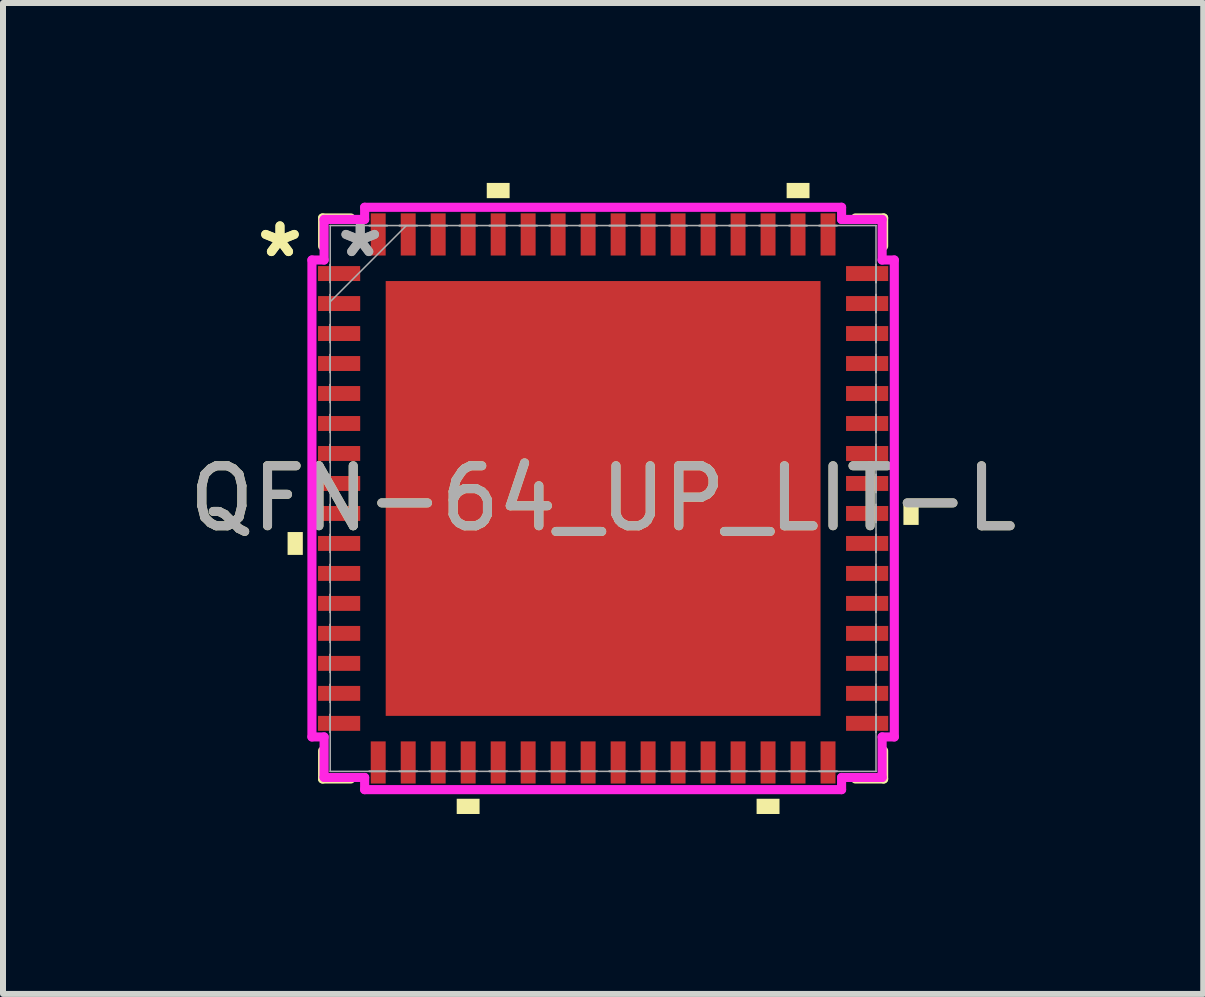
<source format=kicad_pcb>
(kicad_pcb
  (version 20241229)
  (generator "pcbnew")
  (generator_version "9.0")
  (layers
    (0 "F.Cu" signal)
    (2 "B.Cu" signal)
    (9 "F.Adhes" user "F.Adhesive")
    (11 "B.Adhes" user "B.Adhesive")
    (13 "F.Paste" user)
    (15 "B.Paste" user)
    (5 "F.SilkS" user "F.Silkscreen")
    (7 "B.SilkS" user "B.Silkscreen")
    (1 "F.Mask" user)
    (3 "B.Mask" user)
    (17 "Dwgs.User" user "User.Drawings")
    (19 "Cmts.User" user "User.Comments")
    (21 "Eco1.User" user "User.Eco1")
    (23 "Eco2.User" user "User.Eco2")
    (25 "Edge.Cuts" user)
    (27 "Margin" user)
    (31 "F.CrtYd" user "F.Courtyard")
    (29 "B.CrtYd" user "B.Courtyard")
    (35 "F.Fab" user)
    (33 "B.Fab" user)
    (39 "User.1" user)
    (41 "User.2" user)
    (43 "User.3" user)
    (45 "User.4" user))
  (footprint "QFN-64_UP_LIT-L"
    (layer "F.Cu")
    (at 7.006 5.261)
    (property "Reference" "QFN-64_UP_LIT-L" (at 0 0 0) (unlocked yes) (layer "F.SilkS") (effects (font (size 1 1) (thickness 0.15))))
    (attr smd)
    (fp_line (start -4.677 -4.677) (end -4.677 -4.207) (stroke (width 0.152) (type solid)) (layer "F.SilkS"))
    (fp_line (start -4.677 4.207) (end -4.677 4.677) (stroke (width 0.152) (type solid)) (layer "F.SilkS"))
    (fp_line (start -4.677 4.677) (end -4.207 4.677) (stroke (width 0.152) (type solid)) (layer "F.SilkS"))
    (fp_line (start -4.207 -4.677) (end -4.677 -4.677) (stroke (width 0.152) (type solid)) (layer "F.SilkS"))
    (fp_line (start 4.207 4.677) (end 4.677 4.677) (stroke (width 0.152) (type solid)) (layer "F.SilkS"))
    (fp_line (start 4.677 -4.677) (end 4.207 -4.677) (stroke (width 0.152) (type solid)) (layer "F.SilkS"))
    (fp_line (start 4.677 -4.207) (end 4.677 -4.677) (stroke (width 0.152) (type solid)) (layer "F.SilkS"))
    (fp_line (start 4.677 4.677) (end 4.677 4.207) (stroke (width 0.152) (type solid)) (layer "F.SilkS"))
    (fp_poly (pts (xy -5.261 0.56) (xy -5.261 0.941) (xy -5.007 0.941) (xy -5.007 0.56)) (stroke (width 0) (type solid)) (fill yes) (layer "F.SilkS"))
    (fp_poly (pts (xy -2.441 5.007) (xy -2.441 5.261) (xy -2.06 5.261) (xy -2.06 5.007)) (stroke (width 0) (type solid)) (fill yes) (layer "F.SilkS"))
    (fp_poly (pts (xy -1.94 -5.007) (xy -1.94 -5.261) (xy -1.559 -5.261) (xy -1.559 -5.007)) (stroke (width 0) (type solid)) (fill yes) (layer "F.SilkS"))
    (fp_poly (pts (xy 2.559 5.007) (xy 2.559 5.261) (xy 2.941 5.261) (xy 2.941 5.007)) (stroke (width 0) (type solid)) (fill yes) (layer "F.SilkS"))
    (fp_poly (pts (xy 3.06 -5.007) (xy 3.06 -5.261) (xy 3.441 -5.261) (xy 3.441 -5.007)) (stroke (width 0) (type solid)) (fill yes) (layer "F.SilkS"))
    (fp_poly (pts (xy 5.261 0.059) (xy 5.261 0.441) (xy 5.007 0.441) (xy 5.007 0.059)) (stroke (width 0) (type solid)) (fill yes) (layer "F.SilkS"))
    (fp_poly (pts (xy -3.525 -3.525) (xy -3.525 -2.275) (xy -2.275 -2.275) (xy -2.275 -3.525)) (stroke (width 0) (type solid)) (fill yes) (layer "F.Paste"))
    (fp_poly (pts (xy -3.525 -2.075) (xy -3.525 -0.825) (xy -2.275 -0.825) (xy -2.275 -2.075)) (stroke (width 0) (type solid)) (fill yes) (layer "F.Paste"))
    (fp_poly (pts (xy -3.525 -0.625) (xy -3.525 0.625) (xy -2.275 0.625) (xy -2.275 -0.625)) (stroke (width 0) (type solid)) (fill yes) (layer "F.Paste"))
    (fp_poly (pts (xy -3.525 0.825) (xy -3.525 2.075) (xy -2.275 2.075) (xy -2.275 0.825)) (stroke (width 0) (type solid)) (fill yes) (layer "F.Paste"))
    (fp_poly (pts (xy -3.525 2.275) (xy -3.525 3.525) (xy -2.275 3.525) (xy -2.275 2.275)) (stroke (width 0) (type solid)) (fill yes) (layer "F.Paste"))
    (fp_poly (pts (xy -2.075 -3.525) (xy -2.075 -2.275) (xy -0.825 -2.275) (xy -0.825 -3.525)) (stroke (width 0) (type solid)) (fill yes) (layer "F.Paste"))
    (fp_poly (pts (xy -2.075 -2.075) (xy -2.075 -0.825) (xy -0.825 -0.825) (xy -0.825 -2.075)) (stroke (width 0) (type solid)) (fill yes) (layer "F.Paste"))
    (fp_poly (pts (xy -2.075 -0.625) (xy -2.075 0.625) (xy -0.825 0.625) (xy -0.825 -0.625)) (stroke (width 0) (type solid)) (fill yes) (layer "F.Paste"))
    (fp_poly (pts (xy -2.075 0.825) (xy -2.075 2.075) (xy -0.825 2.075) (xy -0.825 0.825)) (stroke (width 0) (type solid)) (fill yes) (layer "F.Paste"))
    (fp_poly (pts (xy -2.075 2.275) (xy -2.075 3.525) (xy -0.825 3.525) (xy -0.825 2.275)) (stroke (width 0) (type solid)) (fill yes) (layer "F.Paste"))
    (fp_poly (pts (xy -0.625 -3.525) (xy -0.625 -2.275) (xy 0.625 -2.275) (xy 0.625 -3.525)) (stroke (width 0) (type solid)) (fill yes) (layer "F.Paste"))
    (fp_poly (pts (xy -0.625 -2.075) (xy -0.625 -0.825) (xy 0.625 -0.825) (xy 0.625 -2.075)) (stroke (width 0) (type solid)) (fill yes) (layer "F.Paste"))
    (fp_poly (pts (xy -0.625 -0.625) (xy -0.625 0.625) (xy 0.625 0.625) (xy 0.625 -0.625)) (stroke (width 0) (type solid)) (fill yes) (layer "F.Paste"))
    (fp_poly (pts (xy -0.625 0.825) (xy -0.625 2.075) (xy 0.625 2.075) (xy 0.625 0.825)) (stroke (width 0) (type solid)) (fill yes) (layer "F.Paste"))
    (fp_poly (pts (xy -0.625 2.275) (xy -0.625 3.525) (xy 0.625 3.525) (xy 0.625 2.275)) (stroke (width 0) (type solid)) (fill yes) (layer "F.Paste"))
    (fp_poly (pts (xy 0.825 -3.525) (xy 0.825 -2.275) (xy 2.075 -2.275) (xy 2.075 -3.525)) (stroke (width 0) (type solid)) (fill yes) (layer "F.Paste"))
    (fp_poly (pts (xy 0.825 -2.075) (xy 0.825 -0.825) (xy 2.075 -0.825) (xy 2.075 -2.075)) (stroke (width 0) (type solid)) (fill yes) (layer "F.Paste"))
    (fp_poly (pts (xy 0.825 -0.625) (xy 0.825 0.625) (xy 2.075 0.625) (xy 2.075 -0.625)) (stroke (width 0) (type solid)) (fill yes) (layer "F.Paste"))
    (fp_poly (pts (xy 0.825 0.825) (xy 0.825 2.075) (xy 2.075 2.075) (xy 2.075 0.825)) (stroke (width 0) (type solid)) (fill yes) (layer "F.Paste"))
    (fp_poly (pts (xy 0.825 2.275) (xy 0.825 3.525) (xy 2.075 3.525) (xy 2.075 2.275)) (stroke (width 0) (type solid)) (fill yes) (layer "F.Paste"))
    (fp_poly (pts (xy 2.275 -3.525) (xy 2.275 -2.275) (xy 3.525 -2.275) (xy 3.525 -3.525)) (stroke (width 0) (type solid)) (fill yes) (layer "F.Paste"))
    (fp_poly (pts (xy 2.275 -2.075) (xy 2.275 -0.825) (xy 3.525 -0.825) (xy 3.525 -2.075)) (stroke (width 0) (type solid)) (fill yes) (layer "F.Paste"))
    (fp_poly (pts (xy 2.275 -0.625) (xy 2.275 0.625) (xy 3.525 0.625) (xy 3.525 -0.625)) (stroke (width 0) (type solid)) (fill yes) (layer "F.Paste"))
    (fp_poly (pts (xy 2.275 0.825) (xy 2.275 2.075) (xy 3.525 2.075) (xy 3.525 0.825)) (stroke (width 0) (type solid)) (fill yes) (layer "F.Paste"))
    (fp_poly (pts (xy 2.275 2.275) (xy 2.275 3.525) (xy 3.525 3.525) (xy 3.525 2.275)) (stroke (width 0) (type solid)) (fill yes) (layer "F.Paste"))
    (fp_line (start -4.855 -3.976) (end -4.652 -3.976) (stroke (width 0.152) (type solid)) (layer "F.CrtYd"))
    (fp_line (start -4.855 3.976) (end -4.855 -3.976) (stroke (width 0.152) (type solid)) (layer "F.CrtYd"))
    (fp_line (start -4.652 -4.652) (end -3.976 -4.652) (stroke (width 0.152) (type solid)) (layer "F.CrtYd"))
    (fp_line (start -4.652 -3.976) (end -4.652 -4.652) (stroke (width 0.152) (type solid)) (layer "F.CrtYd"))
    (fp_line (start -4.652 3.976) (end -4.855 3.976) (stroke (width 0.152) (type solid)) (layer "F.CrtYd"))
    (fp_line (start -4.652 4.652) (end -4.652 3.976) (stroke (width 0.152) (type solid)) (layer "F.CrtYd"))
    (fp_line (start -3.976 -4.855) (end 3.976 -4.855) (stroke (width 0.152) (type solid)) (layer "F.CrtYd"))
    (fp_line (start -3.976 -4.652) (end -3.976 -4.855) (stroke (width 0.152) (type solid)) (layer "F.CrtYd"))
    (fp_line (start -3.976 4.652) (end -4.652 4.652) (stroke (width 0.152) (type solid)) (layer "F.CrtYd"))
    (fp_line (start -3.976 4.855) (end -3.976 4.652) (stroke (width 0.152) (type solid)) (layer "F.CrtYd"))
    (fp_line (start 3.976 -4.855) (end 3.976 -4.652) (stroke (width 0.152) (type solid)) (layer "F.CrtYd"))
    (fp_line (start 3.976 -4.652) (end 4.652 -4.652) (stroke (width 0.152) (type solid)) (layer "F.CrtYd"))
    (fp_line (start 3.976 4.652) (end 3.976 4.855) (stroke (width 0.152) (type solid)) (layer "F.CrtYd"))
    (fp_line (start 3.976 4.855) (end -3.976 4.855) (stroke (width 0.152) (type solid)) (layer "F.CrtYd"))
    (fp_line (start 4.652 -4.652) (end 4.652 -3.976) (stroke (width 0.152) (type solid)) (layer "F.CrtYd"))
    (fp_line (start 4.652 -3.976) (end 4.855 -3.976) (stroke (width 0.152) (type solid)) (layer "F.CrtYd"))
    (fp_line (start 4.652 3.976) (end 4.652 4.652) (stroke (width 0.152) (type solid)) (layer "F.CrtYd"))
    (fp_line (start 4.652 4.652) (end 3.976 4.652) (stroke (width 0.152) (type solid)) (layer "F.CrtYd"))
    (fp_line (start 4.855 -3.976) (end 4.855 3.976) (stroke (width 0.152) (type solid)) (layer "F.CrtYd"))
    (fp_line (start 4.855 3.976) (end 4.652 3.976) (stroke (width 0.152) (type solid)) (layer "F.CrtYd"))
    (fp_line (start -4.55 -4.55) (end -4.55 -4.55) (stroke (width 0.025) (type solid)) (layer "F.Fab"))
    (fp_line (start -4.55 -4.55) (end -4.55 4.55) (stroke (width 0.025) (type solid)) (layer "F.Fab"))
    (fp_line (start -4.55 -3.9) (end -4.55 -3.9) (stroke (width 0.025) (type solid)) (layer "F.Fab"))
    (fp_line (start -4.55 -3.9) (end -4.55 -3.6) (stroke (width 0.025) (type solid)) (layer "F.Fab"))
    (fp_line (start -4.55 -3.6) (end -4.55 -3.9) (stroke (width 0.025) (type solid)) (layer "F.Fab"))
    (fp_line (start -4.55 -3.6) (end -4.55 -3.6) (stroke (width 0.025) (type solid)) (layer "F.Fab"))
    (fp_line (start -4.55 -3.4) (end -4.55 -3.4) (stroke (width 0.025) (type solid)) (layer "F.Fab"))
    (fp_line (start -4.55 -3.4) (end -4.55 -3.1) (stroke (width 0.025) (type solid)) (layer "F.Fab"))
    (fp_line (start -4.55 -3.28) (end -3.28 -4.55) (stroke (width 0.025) (type solid)) (layer "F.Fab"))
    (fp_line (start -4.55 -3.1) (end -4.55 -3.4) (stroke (width 0.025) (type solid)) (layer "F.Fab"))
    (fp_line (start -4.55 -3.1) (end -4.55 -3.1) (stroke (width 0.025) (type solid)) (layer "F.Fab"))
    (fp_line (start -4.55 -2.9) (end -4.55 -2.9) (stroke (width 0.025) (type solid)) (layer "F.Fab"))
    (fp_line (start -4.55 -2.9) (end -4.55 -2.6) (stroke (width 0.025) (type solid)) (layer "F.Fab"))
    (fp_line (start -4.55 -2.6) (end -4.55 -2.9) (stroke (width 0.025) (type solid)) (layer "F.Fab"))
    (fp_line (start -4.55 -2.6) (end -4.55 -2.6) (stroke (width 0.025) (type solid)) (layer "F.Fab"))
    (fp_line (start -4.55 -2.4) (end -4.55 -2.4) (stroke (width 0.025) (type solid)) (layer "F.Fab"))
    (fp_line (start -4.55 -2.4) (end -4.55 -2.1) (stroke (width 0.025) (type solid)) (layer "F.Fab"))
    (fp_line (start -4.55 -2.1) (end -4.55 -2.4) (stroke (width 0.025) (type solid)) (layer "F.Fab"))
    (fp_line (start -4.55 -2.1) (end -4.55 -2.1) (stroke (width 0.025) (type solid)) (layer "F.Fab"))
    (fp_line (start -4.55 -1.9) (end -4.55 -1.9) (stroke (width 0.025) (type solid)) (layer "F.Fab"))
    (fp_line (start -4.55 -1.9) (end -4.55 -1.6) (stroke (width 0.025) (type solid)) (layer "F.Fab"))
    (fp_line (start -4.55 -1.6) (end -4.55 -1.9) (stroke (width 0.025) (type solid)) (layer "F.Fab"))
    (fp_line (start -4.55 -1.6) (end -4.55 -1.6) (stroke (width 0.025) (type solid)) (layer "F.Fab"))
    (fp_line (start -4.55 -1.4) (end -4.55 -1.4) (stroke (width 0.025) (type solid)) (layer "F.Fab"))
    (fp_line (start -4.55 -1.4) (end -4.55 -1.1) (stroke (width 0.025) (type solid)) (layer "F.Fab"))
    (fp_line (start -4.55 -1.1) (end -4.55 -1.4) (stroke (width 0.025) (type solid)) (layer "F.Fab"))
    (fp_line (start -4.55 -1.1) (end -4.55 -1.1) (stroke (width 0.025) (type solid)) (layer "F.Fab"))
    (fp_line (start -4.55 -0.9) (end -4.55 -0.9) (stroke (width 0.025) (type solid)) (layer "F.Fab"))
    (fp_line (start -4.55 -0.9) (end -4.55 -0.6) (stroke (width 0.025) (type solid)) (layer "F.Fab"))
    (fp_line (start -4.55 -0.6) (end -4.55 -0.9) (stroke (width 0.025) (type solid)) (layer "F.Fab"))
    (fp_line (start -4.55 -0.6) (end -4.55 -0.6) (stroke (width 0.025) (type solid)) (layer "F.Fab"))
    (fp_line (start -4.55 -0.4) (end -4.55 -0.4) (stroke (width 0.025) (type solid)) (layer "F.Fab"))
    (fp_line (start -4.55 -0.4) (end -4.55 -0.1) (stroke (width 0.025) (type solid)) (layer "F.Fab"))
    (fp_line (start -4.55 -0.1) (end -4.55 -0.4) (stroke (width 0.025) (type solid)) (layer "F.Fab"))
    (fp_line (start -4.55 -0.1) (end -4.55 -0.1) (stroke (width 0.025) (type solid)) (layer "F.Fab"))
    (fp_line (start -4.55 0.1) (end -4.55 0.1) (stroke (width 0.025) (type solid)) (layer "F.Fab"))
    (fp_line (start -4.55 0.1) (end -4.55 0.4) (stroke (width 0.025) (type solid)) (layer "F.Fab"))
    (fp_line (start -4.55 0.4) (end -4.55 0.1) (stroke (width 0.025) (type solid)) (layer "F.Fab"))
    (fp_line (start -4.55 0.4) (end -4.55 0.4) (stroke (width 0.025) (type solid)) (layer "F.Fab"))
    (fp_line (start -4.55 0.6) (end -4.55 0.6) (stroke (width 0.025) (type solid)) (layer "F.Fab"))
    (fp_line (start -4.55 0.6) (end -4.55 0.9) (stroke (width 0.025) (type solid)) (layer "F.Fab"))
    (fp_line (start -4.55 0.9) (end -4.55 0.6) (stroke (width 0.025) (type solid)) (layer "F.Fab"))
    (fp_line (start -4.55 0.9) (end -4.55 0.9) (stroke (width 0.025) (type solid)) (layer "F.Fab"))
    (fp_line (start -4.55 1.1) (end -4.55 1.1) (stroke (width 0.025) (type solid)) (layer "F.Fab"))
    (fp_line (start -4.55 1.1) (end -4.55 1.4) (stroke (width 0.025) (type solid)) (layer "F.Fab"))
    (fp_line (start -4.55 1.4) (end -4.55 1.1) (stroke (width 0.025) (type solid)) (layer "F.Fab"))
    (fp_line (start -4.55 1.4) (end -4.55 1.4) (stroke (width 0.025) (type solid)) (layer "F.Fab"))
    (fp_line (start -4.55 1.6) (end -4.55 1.6) (stroke (width 0.025) (type solid)) (layer "F.Fab"))
    (fp_line (start -4.55 1.6) (end -4.55 1.9) (stroke (width 0.025) (type solid)) (layer "F.Fab"))
    (fp_line (start -4.55 1.9) (end -4.55 1.6) (stroke (width 0.025) (type solid)) (layer "F.Fab"))
    (fp_line (start -4.55 1.9) (end -4.55 1.9) (stroke (width 0.025) (type solid)) (layer "F.Fab"))
    (fp_line (start -4.55 2.1) (end -4.55 2.1) (stroke (width 0.025) (type solid)) (layer "F.Fab"))
    (fp_line (start -4.55 2.1) (end -4.55 2.4) (stroke (width 0.025) (type solid)) (layer "F.Fab"))
    (fp_line (start -4.55 2.4) (end -4.55 2.1) (stroke (width 0.025) (type solid)) (layer "F.Fab"))
    (fp_line (start -4.55 2.4) (end -4.55 2.4) (stroke (width 0.025) (type solid)) (layer "F.Fab"))
    (fp_line (start -4.55 2.6) (end -4.55 2.6) (stroke (width 0.025) (type solid)) (layer "F.Fab"))
    (fp_line (start -4.55 2.6) (end -4.55 2.9) (stroke (width 0.025) (type solid)) (layer "F.Fab"))
    (fp_line (start -4.55 2.9) (end -4.55 2.6) (stroke (width 0.025) (type solid)) (layer "F.Fab"))
    (fp_line (start -4.55 2.9) (end -4.55 2.9) (stroke (width 0.025) (type solid)) (layer "F.Fab"))
    (fp_line (start -4.55 3.1) (end -4.55 3.1) (stroke (width 0.025) (type solid)) (layer "F.Fab"))
    (fp_line (start -4.55 3.1) (end -4.55 3.4) (stroke (width 0.025) (type solid)) (layer "F.Fab"))
    (fp_line (start -4.55 3.4) (end -4.55 3.1) (stroke (width 0.025) (type solid)) (layer "F.Fab"))
    (fp_line (start -4.55 3.4) (end -4.55 3.4) (stroke (width 0.025) (type solid)) (layer "F.Fab"))
    (fp_line (start -4.55 3.6) (end -4.55 3.6) (stroke (width 0.025) (type solid)) (layer "F.Fab"))
    (fp_line (start -4.55 3.6) (end -4.55 3.9) (stroke (width 0.025) (type solid)) (layer "F.Fab"))
    (fp_line (start -4.55 3.9) (end -4.55 3.6) (stroke (width 0.025) (type solid)) (layer "F.Fab"))
    (fp_line (start -4.55 3.9) (end -4.55 3.9) (stroke (width 0.025) (type solid)) (layer "F.Fab"))
    (fp_line (start -4.55 4.55) (end -4.55 4.55) (stroke (width 0.025) (type solid)) (layer "F.Fab"))
    (fp_line (start -4.55 4.55) (end 4.55 4.55) (stroke (width 0.025) (type solid)) (layer "F.Fab"))
    (fp_line (start -3.9 -4.55) (end -3.9 -4.55) (stroke (width 0.025) (type solid)) (layer "F.Fab"))
    (fp_line (start -3.9 -4.55) (end -3.6 -4.55) (stroke (width 0.025) (type solid)) (layer "F.Fab"))
    (fp_line (start -3.9 4.55) (end -3.9 4.55) (stroke (width 0.025) (type solid)) (layer "F.Fab"))
    (fp_line (start -3.9 4.55) (end -3.6 4.55) (stroke (width 0.025) (type solid)) (layer "F.Fab"))
    (fp_line (start -3.6 -4.55) (end -3.9 -4.55) (stroke (width 0.025) (type solid)) (layer "F.Fab"))
    (fp_line (start -3.6 -4.55) (end -3.6 -4.55) (stroke (width 0.025) (type solid)) (layer "F.Fab"))
    (fp_line (start -3.6 4.55) (end -3.9 4.55) (stroke (width 0.025) (type solid)) (layer "F.Fab"))
    (fp_line (start -3.6 4.55) (end -3.6 4.55) (stroke (width 0.025) (type solid)) (layer "F.Fab"))
    (fp_line (start -3.4 -4.55) (end -3.4 -4.55) (stroke (width 0.025) (type solid)) (layer "F.Fab"))
    (fp_line (start -3.4 -4.55) (end -3.1 -4.55) (stroke (width 0.025) (type solid)) (layer "F.Fab"))
    (fp_line (start -3.4 4.55) (end -3.4 4.55) (stroke (width 0.025) (type solid)) (layer "F.Fab"))
    (fp_line (start -3.4 4.55) (end -3.1 4.55) (stroke (width 0.025) (type solid)) (layer "F.Fab"))
    (fp_line (start -3.1 -4.55) (end -3.4 -4.55) (stroke (width 0.025) (type solid)) (layer "F.Fab"))
    (fp_line (start -3.1 -4.55) (end -3.1 -4.55) (stroke (width 0.025) (type solid)) (layer "F.Fab"))
    (fp_line (start -3.1 4.55) (end -3.4 4.55) (stroke (width 0.025) (type solid)) (layer "F.Fab"))
    (fp_line (start -3.1 4.55) (end -3.1 4.55) (stroke (width 0.025) (type solid)) (layer "F.Fab"))
    (fp_line (start -2.9 -4.55) (end -2.9 -4.55) (stroke (width 0.025) (type solid)) (layer "F.Fab"))
    (fp_line (start -2.9 -4.55) (end -2.6 -4.55) (stroke (width 0.025) (type solid)) (layer "F.Fab"))
    (fp_line (start -2.9 4.55) (end -2.9 4.55) (stroke (width 0.025) (type solid)) (layer "F.Fab"))
    (fp_line (start -2.9 4.55) (end -2.6 4.55) (stroke (width 0.025) (type solid)) (layer "F.Fab"))
    (fp_line (start -2.6 -4.55) (end -2.9 -4.55) (stroke (width 0.025) (type solid)) (layer "F.Fab"))
    (fp_line (start -2.6 -4.55) (end -2.6 -4.55) (stroke (width 0.025) (type solid)) (layer "F.Fab"))
    (fp_line (start -2.6 4.55) (end -2.9 4.55) (stroke (width 0.025) (type solid)) (layer "F.Fab"))
    (fp_line (start -2.6 4.55) (end -2.6 4.55) (stroke (width 0.025) (type solid)) (layer "F.Fab"))
    (fp_line (start -2.4 -4.55) (end -2.4 -4.55) (stroke (width 0.025) (type solid)) (layer "F.Fab"))
    (fp_line (start -2.4 -4.55) (end -2.1 -4.55) (stroke (width 0.025) (type solid)) (layer "F.Fab"))
    (fp_line (start -2.4 4.55) (end -2.4 4.55) (stroke (width 0.025) (type solid)) (layer "F.Fab"))
    (fp_line (start -2.4 4.55) (end -2.1 4.55) (stroke (width 0.025) (type solid)) (layer "F.Fab"))
    (fp_line (start -2.1 -4.55) (end -2.4 -4.55) (stroke (width 0.025) (type solid)) (layer "F.Fab"))
    (fp_line (start -2.1 -4.55) (end -2.1 -4.55) (stroke (width 0.025) (type solid)) (layer "F.Fab"))
    (fp_line (start -2.1 4.55) (end -2.4 4.55) (stroke (width 0.025) (type solid)) (layer "F.Fab"))
    (fp_line (start -2.1 4.55) (end -2.1 4.55) (stroke (width 0.025) (type solid)) (layer "F.Fab"))
    (fp_line (start -1.9 -4.55) (end -1.9 -4.55) (stroke (width 0.025) (type solid)) (layer "F.Fab"))
    (fp_line (start -1.9 -4.55) (end -1.6 -4.55) (stroke (width 0.025) (type solid)) (layer "F.Fab"))
    (fp_line (start -1.9 4.55) (end -1.9 4.55) (stroke (width 0.025) (type solid)) (layer "F.Fab"))
    (fp_line (start -1.9 4.55) (end -1.6 4.55) (stroke (width 0.025) (type solid)) (layer "F.Fab"))
    (fp_line (start -1.6 -4.55) (end -1.9 -4.55) (stroke (width 0.025) (type solid)) (layer "F.Fab"))
    (fp_line (start -1.6 -4.55) (end -1.6 -4.55) (stroke (width 0.025) (type solid)) (layer "F.Fab"))
    (fp_line (start -1.6 4.55) (end -1.9 4.55) (stroke (width 0.025) (type solid)) (layer "F.Fab"))
    (fp_line (start -1.6 4.55) (end -1.6 4.55) (stroke (width 0.025) (type solid)) (layer "F.Fab"))
    (fp_line (start -1.4 -4.55) (end -1.4 -4.55) (stroke (width 0.025) (type solid)) (layer "F.Fab"))
    (fp_line (start -1.4 -4.55) (end -1.1 -4.55) (stroke (width 0.025) (type solid)) (layer "F.Fab"))
    (fp_line (start -1.4 4.55) (end -1.4 4.55) (stroke (width 0.025) (type solid)) (layer "F.Fab"))
    (fp_line (start -1.4 4.55) (end -1.1 4.55) (stroke (width 0.025) (type solid)) (layer "F.Fab"))
    (fp_line (start -1.1 -4.55) (end -1.4 -4.55) (stroke (width 0.025) (type solid)) (layer "F.Fab"))
    (fp_line (start -1.1 -4.55) (end -1.1 -4.55) (stroke (width 0.025) (type solid)) (layer "F.Fab"))
    (fp_line (start -1.1 4.55) (end -1.4 4.55) (stroke (width 0.025) (type solid)) (layer "F.Fab"))
    (fp_line (start -1.1 4.55) (end -1.1 4.55) (stroke (width 0.025) (type solid)) (layer "F.Fab"))
    (fp_line (start -0.9 -4.55) (end -0.9 -4.55) (stroke (width 0.025) (type solid)) (layer "F.Fab"))
    (fp_line (start -0.9 -4.55) (end -0.6 -4.55) (stroke (width 0.025) (type solid)) (layer "F.Fab"))
    (fp_line (start -0.9 4.55) (end -0.9 4.55) (stroke (width 0.025) (type solid)) (layer "F.Fab"))
    (fp_line (start -0.9 4.55) (end -0.6 4.55) (stroke (width 0.025) (type solid)) (layer "F.Fab"))
    (fp_line (start -0.6 -4.55) (end -0.9 -4.55) (stroke (width 0.025) (type solid)) (layer "F.Fab"))
    (fp_line (start -0.6 -4.55) (end -0.6 -4.55) (stroke (width 0.025) (type solid)) (layer "F.Fab"))
    (fp_line (start -0.6 4.55) (end -0.9 4.55) (stroke (width 0.025) (type solid)) (layer "F.Fab"))
    (fp_line (start -0.6 4.55) (end -0.6 4.55) (stroke (width 0.025) (type solid)) (layer "F.Fab"))
    (fp_line (start -0.4 -4.55) (end -0.4 -4.55) (stroke (width 0.025) (type solid)) (layer "F.Fab"))
    (fp_line (start -0.4 -4.55) (end -0.1 -4.55) (stroke (width 0.025) (type solid)) (layer "F.Fab"))
    (fp_line (start -0.4 4.55) (end -0.4 4.55) (stroke (width 0.025) (type solid)) (layer "F.Fab"))
    (fp_line (start -0.4 4.55) (end -0.1 4.55) (stroke (width 0.025) (type solid)) (layer "F.Fab"))
    (fp_line (start -0.1 -4.55) (end -0.4 -4.55) (stroke (width 0.025) (type solid)) (layer "F.Fab"))
    (fp_line (start -0.1 -4.55) (end -0.1 -4.55) (stroke (width 0.025) (type solid)) (layer "F.Fab"))
    (fp_line (start -0.1 4.55) (end -0.4 4.55) (stroke (width 0.025) (type solid)) (layer "F.Fab"))
    (fp_line (start -0.1 4.55) (end -0.1 4.55) (stroke (width 0.025) (type solid)) (layer "F.Fab"))
    (fp_line (start 0.1 -4.55) (end 0.1 -4.55) (stroke (width 0.025) (type solid)) (layer "F.Fab"))
    (fp_line (start 0.1 -4.55) (end 0.4 -4.55) (stroke (width 0.025) (type solid)) (layer "F.Fab"))
    (fp_line (start 0.1 4.55) (end 0.1 4.55) (stroke (width 0.025) (type solid)) (layer "F.Fab"))
    (fp_line (start 0.1 4.55) (end 0.4 4.55) (stroke (width 0.025) (type solid)) (layer "F.Fab"))
    (fp_line (start 0.4 -4.55) (end 0.1 -4.55) (stroke (width 0.025) (type solid)) (layer "F.Fab"))
    (fp_line (start 0.4 -4.55) (end 0.4 -4.55) (stroke (width 0.025) (type solid)) (layer "F.Fab"))
    (fp_line (start 0.4 4.55) (end 0.1 4.55) (stroke (width 0.025) (type solid)) (layer "F.Fab"))
    (fp_line (start 0.4 4.55) (end 0.4 4.55) (stroke (width 0.025) (type solid)) (layer "F.Fab"))
    (fp_line (start 0.6 -4.55) (end 0.6 -4.55) (stroke (width 0.025) (type solid)) (layer "F.Fab"))
    (fp_line (start 0.6 -4.55) (end 0.9 -4.55) (stroke (width 0.025) (type solid)) (layer "F.Fab"))
    (fp_line (start 0.6 4.55) (end 0.6 4.55) (stroke (width 0.025) (type solid)) (layer "F.Fab"))
    (fp_line (start 0.6 4.55) (end 0.9 4.55) (stroke (width 0.025) (type solid)) (layer "F.Fab"))
    (fp_line (start 0.9 -4.55) (end 0.6 -4.55) (stroke (width 0.025) (type solid)) (layer "F.Fab"))
    (fp_line (start 0.9 -4.55) (end 0.9 -4.55) (stroke (width 0.025) (type solid)) (layer "F.Fab"))
    (fp_line (start 0.9 4.55) (end 0.6 4.55) (stroke (width 0.025) (type solid)) (layer "F.Fab"))
    (fp_line (start 0.9 4.55) (end 0.9 4.55) (stroke (width 0.025) (type solid)) (layer "F.Fab"))
    (fp_line (start 1.1 -4.55) (end 1.1 -4.55) (stroke (width 0.025) (type solid)) (layer "F.Fab"))
    (fp_line (start 1.1 -4.55) (end 1.4 -4.55) (stroke (width 0.025) (type solid)) (layer "F.Fab"))
    (fp_line (start 1.1 4.55) (end 1.1 4.55) (stroke (width 0.025) (type solid)) (layer "F.Fab"))
    (fp_line (start 1.1 4.55) (end 1.4 4.55) (stroke (width 0.025) (type solid)) (layer "F.Fab"))
    (fp_line (start 1.4 -4.55) (end 1.1 -4.55) (stroke (width 0.025) (type solid)) (layer "F.Fab"))
    (fp_line (start 1.4 -4.55) (end 1.4 -4.55) (stroke (width 0.025) (type solid)) (layer "F.Fab"))
    (fp_line (start 1.4 4.55) (end 1.1 4.55) (stroke (width 0.025) (type solid)) (layer "F.Fab"))
    (fp_line (start 1.4 4.55) (end 1.4 4.55) (stroke (width 0.025) (type solid)) (layer "F.Fab"))
    (fp_line (start 1.6 -4.55) (end 1.6 -4.55) (stroke (width 0.025) (type solid)) (layer "F.Fab"))
    (fp_line (start 1.6 -4.55) (end 1.9 -4.55) (stroke (width 0.025) (type solid)) (layer "F.Fab"))
    (fp_line (start 1.6 4.55) (end 1.6 4.55) (stroke (width 0.025) (type solid)) (layer "F.Fab"))
    (fp_line (start 1.6 4.55) (end 1.9 4.55) (stroke (width 0.025) (type solid)) (layer "F.Fab"))
    (fp_line (start 1.9 -4.55) (end 1.6 -4.55) (stroke (width 0.025) (type solid)) (layer "F.Fab"))
    (fp_line (start 1.9 -4.55) (end 1.9 -4.55) (stroke (width 0.025) (type solid)) (layer "F.Fab"))
    (fp_line (start 1.9 4.55) (end 1.6 4.55) (stroke (width 0.025) (type solid)) (layer "F.Fab"))
    (fp_line (start 1.9 4.55) (end 1.9 4.55) (stroke (width 0.025) (type solid)) (layer "F.Fab"))
    (fp_line (start 2.1 -4.55) (end 2.1 -4.55) (stroke (width 0.025) (type solid)) (layer "F.Fab"))
    (fp_line (start 2.1 -4.55) (end 2.4 -4.55) (stroke (width 0.025) (type solid)) (layer "F.Fab"))
    (fp_line (start 2.1 4.55) (end 2.1 4.55) (stroke (width 0.025) (type solid)) (layer "F.Fab"))
    (fp_line (start 2.1 4.55) (end 2.4 4.55) (stroke (width 0.025) (type solid)) (layer "F.Fab"))
    (fp_line (start 2.4 -4.55) (end 2.1 -4.55) (stroke (width 0.025) (type solid)) (layer "F.Fab"))
    (fp_line (start 2.4 -4.55) (end 2.4 -4.55) (stroke (width 0.025) (type solid)) (layer "F.Fab"))
    (fp_line (start 2.4 4.55) (end 2.1 4.55) (stroke (width 0.025) (type solid)) (layer "F.Fab"))
    (fp_line (start 2.4 4.55) (end 2.4 4.55) (stroke (width 0.025) (type solid)) (layer "F.Fab"))
    (fp_line (start 2.6 -4.55) (end 2.6 -4.55) (stroke (width 0.025) (type solid)) (layer "F.Fab"))
    (fp_line (start 2.6 -4.55) (end 2.9 -4.55) (stroke (width 0.025) (type solid)) (layer "F.Fab"))
    (fp_line (start 2.6 4.55) (end 2.6 4.55) (stroke (width 0.025) (type solid)) (layer "F.Fab"))
    (fp_line (start 2.6 4.55) (end 2.9 4.55) (stroke (width 0.025) (type solid)) (layer "F.Fab"))
    (fp_line (start 2.9 -4.55) (end 2.6 -4.55) (stroke (width 0.025) (type solid)) (layer "F.Fab"))
    (fp_line (start 2.9 -4.55) (end 2.9 -4.55) (stroke (width 0.025) (type solid)) (layer "F.Fab"))
    (fp_line (start 2.9 4.55) (end 2.6 4.55) (stroke (width 0.025) (type solid)) (layer "F.Fab"))
    (fp_line (start 2.9 4.55) (end 2.9 4.55) (stroke (width 0.025) (type solid)) (layer "F.Fab"))
    (fp_line (start 3.1 -4.55) (end 3.1 -4.55) (stroke (width 0.025) (type solid)) (layer "F.Fab"))
    (fp_line (start 3.1 -4.55) (end 3.4 -4.55) (stroke (width 0.025) (type solid)) (layer "F.Fab"))
    (fp_line (start 3.1 4.55) (end 3.1 4.55) (stroke (width 0.025) (type solid)) (layer "F.Fab"))
    (fp_line (start 3.1 4.55) (end 3.4 4.55) (stroke (width 0.025) (type solid)) (layer "F.Fab"))
    (fp_line (start 3.4 -4.55) (end 3.1 -4.55) (stroke (width 0.025) (type solid)) (layer "F.Fab"))
    (fp_line (start 3.4 -4.55) (end 3.4 -4.55) (stroke (width 0.025) (type solid)) (layer "F.Fab"))
    (fp_line (start 3.4 4.55) (end 3.1 4.55) (stroke (width 0.025) (type solid)) (layer "F.Fab"))
    (fp_line (start 3.4 4.55) (end 3.4 4.55) (stroke (width 0.025) (type solid)) (layer "F.Fab"))
    (fp_line (start 3.6 -4.55) (end 3.6 -4.55) (stroke (width 0.025) (type solid)) (layer "F.Fab"))
    (fp_line (start 3.6 -4.55) (end 3.9 -4.55) (stroke (width 0.025) (type solid)) (layer "F.Fab"))
    (fp_line (start 3.6 4.55) (end 3.6 4.55) (stroke (width 0.025) (type solid)) (layer "F.Fab"))
    (fp_line (start 3.6 4.55) (end 3.9 4.55) (stroke (width 0.025) (type solid)) (layer "F.Fab"))
    (fp_line (start 3.9 -4.55) (end 3.6 -4.55) (stroke (width 0.025) (type solid)) (layer "F.Fab"))
    (fp_line (start 3.9 -4.55) (end 3.9 -4.55) (stroke (width 0.025) (type solid)) (layer "F.Fab"))
    (fp_line (start 3.9 4.55) (end 3.6 4.55) (stroke (width 0.025) (type solid)) (layer "F.Fab"))
    (fp_line (start 3.9 4.55) (end 3.9 4.55) (stroke (width 0.025) (type solid)) (layer "F.Fab"))
    (fp_line (start 4.55 -4.55) (end -4.55 -4.55) (stroke (width 0.025) (type solid)) (layer "F.Fab"))
    (fp_line (start 4.55 -4.55) (end 4.55 -4.55) (stroke (width 0.025) (type solid)) (layer "F.Fab"))
    (fp_line (start 4.55 -3.9) (end 4.55 -3.9) (stroke (width 0.025) (type solid)) (layer "F.Fab"))
    (fp_line (start 4.55 -3.9) (end 4.55 -3.6) (stroke (width 0.025) (type solid)) (layer "F.Fab"))
    (fp_line (start 4.55 -3.6) (end 4.55 -3.9) (stroke (width 0.025) (type solid)) (layer "F.Fab"))
    (fp_line (start 4.55 -3.6) (end 4.55 -3.6) (stroke (width 0.025) (type solid)) (layer "F.Fab"))
    (fp_line (start 4.55 -3.4) (end 4.55 -3.4) (stroke (width 0.025) (type solid)) (layer "F.Fab"))
    (fp_line (start 4.55 -3.4) (end 4.55 -3.1) (stroke (width 0.025) (type solid)) (layer "F.Fab"))
    (fp_line (start 4.55 -3.1) (end 4.55 -3.4) (stroke (width 0.025) (type solid)) (layer "F.Fab"))
    (fp_line (start 4.55 -3.1) (end 4.55 -3.1) (stroke (width 0.025) (type solid)) (layer "F.Fab"))
    (fp_line (start 4.55 -2.9) (end 4.55 -2.9) (stroke (width 0.025) (type solid)) (layer "F.Fab"))
    (fp_line (start 4.55 -2.9) (end 4.55 -2.6) (stroke (width 0.025) (type solid)) (layer "F.Fab"))
    (fp_line (start 4.55 -2.6) (end 4.55 -2.9) (stroke (width 0.025) (type solid)) (layer "F.Fab"))
    (fp_line (start 4.55 -2.6) (end 4.55 -2.6) (stroke (width 0.025) (type solid)) (layer "F.Fab"))
    (fp_line (start 4.55 -2.4) (end 4.55 -2.4) (stroke (width 0.025) (type solid)) (layer "F.Fab"))
    (fp_line (start 4.55 -2.4) (end 4.55 -2.1) (stroke (width 0.025) (type solid)) (layer "F.Fab"))
    (fp_line (start 4.55 -2.1) (end 4.55 -2.4) (stroke (width 0.025) (type solid)) (layer "F.Fab"))
    (fp_line (start 4.55 -2.1) (end 4.55 -2.1) (stroke (width 0.025) (type solid)) (layer "F.Fab"))
    (fp_line (start 4.55 -1.9) (end 4.55 -1.9) (stroke (width 0.025) (type solid)) (layer "F.Fab"))
    (fp_line (start 4.55 -1.9) (end 4.55 -1.6) (stroke (width 0.025) (type solid)) (layer "F.Fab"))
    (fp_line (start 4.55 -1.6) (end 4.55 -1.9) (stroke (width 0.025) (type solid)) (layer "F.Fab"))
    (fp_line (start 4.55 -1.6) (end 4.55 -1.6) (stroke (width 0.025) (type solid)) (layer "F.Fab"))
    (fp_line (start 4.55 -1.4) (end 4.55 -1.4) (stroke (width 0.025) (type solid)) (layer "F.Fab"))
    (fp_line (start 4.55 -1.4) (end 4.55 -1.1) (stroke (width 0.025) (type solid)) (layer "F.Fab"))
    (fp_line (start 4.55 -1.1) (end 4.55 -1.4) (stroke (width 0.025) (type solid)) (layer "F.Fab"))
    (fp_line (start 4.55 -1.1) (end 4.55 -1.1) (stroke (width 0.025) (type solid)) (layer "F.Fab"))
    (fp_line (start 4.55 -0.9) (end 4.55 -0.9) (stroke (width 0.025) (type solid)) (layer "F.Fab"))
    (fp_line (start 4.55 -0.9) (end 4.55 -0.6) (stroke (width 0.025) (type solid)) (layer "F.Fab"))
    (fp_line (start 4.55 -0.6) (end 4.55 -0.9) (stroke (width 0.025) (type solid)) (layer "F.Fab"))
    (fp_line (start 4.55 -0.6) (end 4.55 -0.6) (stroke (width 0.025) (type solid)) (layer "F.Fab"))
    (fp_line (start 4.55 -0.4) (end 4.55 -0.4) (stroke (width 0.025) (type solid)) (layer "F.Fab"))
    (fp_line (start 4.55 -0.4) (end 4.55 -0.1) (stroke (width 0.025) (type solid)) (layer "F.Fab"))
    (fp_line (start 4.55 -0.1) (end 4.55 -0.4) (stroke (width 0.025) (type solid)) (layer "F.Fab"))
    (fp_line (start 4.55 -0.1) (end 4.55 -0.1) (stroke (width 0.025) (type solid)) (layer "F.Fab"))
    (fp_line (start 4.55 0.1) (end 4.55 0.1) (stroke (width 0.025) (type solid)) (layer "F.Fab"))
    (fp_line (start 4.55 0.1) (end 4.55 0.4) (stroke (width 0.025) (type solid)) (layer "F.Fab"))
    (fp_line (start 4.55 0.4) (end 4.55 0.1) (stroke (width 0.025) (type solid)) (layer "F.Fab"))
    (fp_line (start 4.55 0.4) (end 4.55 0.4) (stroke (width 0.025) (type solid)) (layer "F.Fab"))
    (fp_line (start 4.55 0.6) (end 4.55 0.6) (stroke (width 0.025) (type solid)) (layer "F.Fab"))
    (fp_line (start 4.55 0.6) (end 4.55 0.9) (stroke (width 0.025) (type solid)) (layer "F.Fab"))
    (fp_line (start 4.55 0.9) (end 4.55 0.6) (stroke (width 0.025) (type solid)) (layer "F.Fab"))
    (fp_line (start 4.55 0.9) (end 4.55 0.9) (stroke (width 0.025) (type solid)) (layer "F.Fab"))
    (fp_line (start 4.55 1.1) (end 4.55 1.1) (stroke (width 0.025) (type solid)) (layer "F.Fab"))
    (fp_line (start 4.55 1.1) (end 4.55 1.4) (stroke (width 0.025) (type solid)) (layer "F.Fab"))
    (fp_line (start 4.55 1.4) (end 4.55 1.1) (stroke (width 0.025) (type solid)) (layer "F.Fab"))
    (fp_line (start 4.55 1.4) (end 4.55 1.4) (stroke (width 0.025) (type solid)) (layer "F.Fab"))
    (fp_line (start 4.55 1.6) (end 4.55 1.6) (stroke (width 0.025) (type solid)) (layer "F.Fab"))
    (fp_line (start 4.55 1.6) (end 4.55 1.9) (stroke (width 0.025) (type solid)) (layer "F.Fab"))
    (fp_line (start 4.55 1.9) (end 4.55 1.6) (stroke (width 0.025) (type solid)) (layer "F.Fab"))
    (fp_line (start 4.55 1.9) (end 4.55 1.9) (stroke (width 0.025) (type solid)) (layer "F.Fab"))
    (fp_line (start 4.55 2.1) (end 4.55 2.1) (stroke (width 0.025) (type solid)) (layer "F.Fab"))
    (fp_line (start 4.55 2.1) (end 4.55 2.4) (stroke (width 0.025) (type solid)) (layer "F.Fab"))
    (fp_line (start 4.55 2.4) (end 4.55 2.1) (stroke (width 0.025) (type solid)) (layer "F.Fab"))
    (fp_line (start 4.55 2.4) (end 4.55 2.4) (stroke (width 0.025) (type solid)) (layer "F.Fab"))
    (fp_line (start 4.55 2.6) (end 4.55 2.6) (stroke (width 0.025) (type solid)) (layer "F.Fab"))
    (fp_line (start 4.55 2.6) (end 4.55 2.9) (stroke (width 0.025) (type solid)) (layer "F.Fab"))
    (fp_line (start 4.55 2.9) (end 4.55 2.6) (stroke (width 0.025) (type solid)) (layer "F.Fab"))
    (fp_line (start 4.55 2.9) (end 4.55 2.9) (stroke (width 0.025) (type solid)) (layer "F.Fab"))
    (fp_line (start 4.55 3.1) (end 4.55 3.1) (stroke (width 0.025) (type solid)) (layer "F.Fab"))
    (fp_line (start 4.55 3.1) (end 4.55 3.4) (stroke (width 0.025) (type solid)) (layer "F.Fab"))
    (fp_line (start 4.55 3.4) (end 4.55 3.1) (stroke (width 0.025) (type solid)) (layer "F.Fab"))
    (fp_line (start 4.55 3.4) (end 4.55 3.4) (stroke (width 0.025) (type solid)) (layer "F.Fab"))
    (fp_line (start 4.55 3.6) (end 4.55 3.6) (stroke (width 0.025) (type solid)) (layer "F.Fab"))
    (fp_line (start 4.55 3.6) (end 4.55 3.9) (stroke (width 0.025) (type solid)) (layer "F.Fab"))
    (fp_line (start 4.55 3.9) (end 4.55 3.6) (stroke (width 0.025) (type solid)) (layer "F.Fab"))
    (fp_line (start 4.55 3.9) (end 4.55 3.9) (stroke (width 0.025) (type solid)) (layer "F.Fab"))
    (fp_line (start 4.55 4.55) (end 4.55 -4.55) (stroke (width 0.025) (type solid)) (layer "F.Fab"))
    (fp_line (start 4.55 4.55) (end 4.55 4.55) (stroke (width 0.025) (type solid)) (layer "F.Fab"))
    (fp_text user "*" (at -5.388 -4 0) (layer "F.SilkS") (effects (font (size 1 1) (thickness 0.15))))
    (fp_text user "*" (at -5.388 -4 0) (unlocked yes) (layer "F.SilkS") (effects (font (size 1 1) (thickness 0.15))))
    (fp_text user "*" (at -4.05 -4 0) (layer "F.Fab") (effects (font (size 1 1) (thickness 0.15))))
    (fp_text user "*" (at -4.05 -4 0) (unlocked yes) (layer "F.Fab") (effects (font (size 1 1) (thickness 0.15))))
    (fp_text user "${REFERENCE}" (at 0 0 0) (unlocked yes) (layer "F.Fab") (effects (font (size 1 1) (thickness 0.15))))
    (pad "1" smd rect (at -4.402 -3.75 90) (size 0.249 0.703) (layers "F.Cu" "F.Mask" "F.Paste"))
    (pad "2" smd rect (at -4.402 -3.25 90) (size 0.249 0.703) (layers "F.Cu" "F.Mask" "F.Paste"))
    (pad "3" smd rect (at -4.402 -2.75 90) (size 0.249 0.703) (layers "F.Cu" "F.Mask" "F.Paste"))
    (pad "4" smd rect (at -4.402 -2.25 90) (size 0.249 0.703) (layers "F.Cu" "F.Mask" "F.Paste"))
    (pad "5" smd rect (at -4.402 -1.75 90) (size 0.249 0.703) (layers "F.Cu" "F.Mask" "F.Paste"))
    (pad "6" smd rect (at -4.402 -1.25 90) (size 0.249 0.703) (layers "F.Cu" "F.Mask" "F.Paste"))
    (pad "7" smd rect (at -4.402 -0.75 90) (size 0.249 0.703) (layers "F.Cu" "F.Mask" "F.Paste"))
    (pad "8" smd rect (at -4.402 -0.25 90) (size 0.249 0.703) (layers "F.Cu" "F.Mask" "F.Paste"))
    (pad "9" smd rect (at -4.402 0.25 90) (size 0.249 0.703) (layers "F.Cu" "F.Mask" "F.Paste"))
    (pad "10" smd rect (at -4.402 0.75 90) (size 0.249 0.703) (layers "F.Cu" "F.Mask" "F.Paste"))
    (pad "11" smd rect (at -4.402 1.25 90) (size 0.249 0.703) (layers "F.Cu" "F.Mask" "F.Paste"))
    (pad "12" smd rect (at -4.402 1.75 90) (size 0.249 0.703) (layers "F.Cu" "F.Mask" "F.Paste"))
    (pad "13" smd rect (at -4.402 2.25 90) (size 0.249 0.703) (layers "F.Cu" "F.Mask" "F.Paste"))
    (pad "14" smd rect (at -4.402 2.75 90) (size 0.249 0.703) (layers "F.Cu" "F.Mask" "F.Paste"))
    (pad "15" smd rect (at -4.402 3.25 90) (size 0.249 0.703) (layers "F.Cu" "F.Mask" "F.Paste"))
    (pad "16" smd rect (at -4.402 3.75 90) (size 0.249 0.703) (layers "F.Cu" "F.Mask" "F.Paste"))
    (pad "17" smd rect (at -3.75 4.402) (size 0.249 0.703) (layers "F.Cu" "F.Mask" "F.Paste"))
    (pad "18" smd rect (at -3.25 4.402) (size 0.249 0.703) (layers "F.Cu" "F.Mask" "F.Paste"))
    (pad "19" smd rect (at -2.75 4.402) (size 0.249 0.703) (layers "F.Cu" "F.Mask" "F.Paste"))
    (pad "20" smd rect (at -2.25 4.402) (size 0.249 0.703) (layers "F.Cu" "F.Mask" "F.Paste"))
    (pad "21" smd rect (at -1.75 4.402) (size 0.249 0.703) (layers "F.Cu" "F.Mask" "F.Paste"))
    (pad "22" smd rect (at -1.25 4.402) (size 0.249 0.703) (layers "F.Cu" "F.Mask" "F.Paste"))
    (pad "23" smd rect (at -0.75 4.402) (size 0.249 0.703) (layers "F.Cu" "F.Mask" "F.Paste"))
    (pad "24" smd rect (at -0.25 4.402) (size 0.249 0.703) (layers "F.Cu" "F.Mask" "F.Paste"))
    (pad "25" smd rect (at 0.25 4.402) (size 0.249 0.703) (layers "F.Cu" "F.Mask" "F.Paste"))
    (pad "26" smd rect (at 0.75 4.402) (size 0.249 0.703) (layers "F.Cu" "F.Mask" "F.Paste"))
    (pad "27" smd rect (at 1.25 4.402) (size 0.249 0.703) (layers "F.Cu" "F.Mask" "F.Paste"))
    (pad "28" smd rect (at 1.75 4.402) (size 0.249 0.703) (layers "F.Cu" "F.Mask" "F.Paste"))
    (pad "29" smd rect (at 2.25 4.402) (size 0.249 0.703) (layers "F.Cu" "F.Mask" "F.Paste"))
    (pad "30" smd rect (at 2.75 4.402) (size 0.249 0.703) (layers "F.Cu" "F.Mask" "F.Paste"))
    (pad "31" smd rect (at 3.25 4.402) (size 0.249 0.703) (layers "F.Cu" "F.Mask" "F.Paste"))
    (pad "32" smd rect (at 3.75 4.402) (size 0.249 0.703) (layers "F.Cu" "F.Mask" "F.Paste"))
    (pad "33" smd rect (at 4.402 3.75 90) (size 0.249 0.703) (layers "F.Cu" "F.Mask" "F.Paste"))
    (pad "34" smd rect (at 4.402 3.25 90) (size 0.249 0.703) (layers "F.Cu" "F.Mask" "F.Paste"))
    (pad "35" smd rect (at 4.402 2.75 90) (size 0.249 0.703) (layers "F.Cu" "F.Mask" "F.Paste"))
    (pad "36" smd rect (at 4.402 2.25 90) (size 0.249 0.703) (layers "F.Cu" "F.Mask" "F.Paste"))
    (pad "37" smd rect (at 4.402 1.75 90) (size 0.249 0.703) (layers "F.Cu" "F.Mask" "F.Paste"))
    (pad "38" smd rect (at 4.402 1.25 90) (size 0.249 0.703) (layers "F.Cu" "F.Mask" "F.Paste"))
    (pad "39" smd rect (at 4.402 0.75 90) (size 0.249 0.703) (layers "F.Cu" "F.Mask" "F.Paste"))
    (pad "40" smd rect (at 4.402 0.25 90) (size 0.249 0.703) (layers "F.Cu" "F.Mask" "F.Paste"))
    (pad "41" smd rect (at 4.402 -0.25 90) (size 0.249 0.703) (layers "F.Cu" "F.Mask" "F.Paste"))
    (pad "42" smd rect (at 4.402 -0.75 90) (size 0.249 0.703) (layers "F.Cu" "F.Mask" "F.Paste"))
    (pad "43" smd rect (at 4.402 -1.25 90) (size 0.249 0.703) (layers "F.Cu" "F.Mask" "F.Paste"))
    (pad "44" smd rect (at 4.402 -1.75 90) (size 0.249 0.703) (layers "F.Cu" "F.Mask" "F.Paste"))
    (pad "45" smd rect (at 4.402 -2.25 90) (size 0.249 0.703) (layers "F.Cu" "F.Mask" "F.Paste"))
    (pad "46" smd rect (at 4.402 -2.75 90) (size 0.249 0.703) (layers "F.Cu" "F.Mask" "F.Paste"))
    (pad "47" smd rect (at 4.402 -3.25 90) (size 0.249 0.703) (layers "F.Cu" "F.Mask" "F.Paste"))
    (pad "48" smd rect (at 4.402 -3.75 90) (size 0.249 0.703) (layers "F.Cu" "F.Mask" "F.Paste"))
    (pad "49" smd rect (at 3.75 -4.402) (size 0.249 0.703) (layers "F.Cu" "F.Mask" "F.Paste"))
    (pad "50" smd rect (at 3.25 -4.402) (size 0.249 0.703) (layers "F.Cu" "F.Mask" "F.Paste"))
    (pad "51" smd rect (at 2.75 -4.402) (size 0.249 0.703) (layers "F.Cu" "F.Mask" "F.Paste"))
    (pad "52" smd rect (at 2.25 -4.402) (size 0.249 0.703) (layers "F.Cu" "F.Mask" "F.Paste"))
    (pad "53" smd rect (at 1.75 -4.402) (size 0.249 0.703) (layers "F.Cu" "F.Mask" "F.Paste"))
    (pad "54" smd rect (at 1.25 -4.402) (size 0.249 0.703) (layers "F.Cu" "F.Mask" "F.Paste"))
    (pad "55" smd rect (at 0.75 -4.402) (size 0.249 0.703) (layers "F.Cu" "F.Mask" "F.Paste"))
    (pad "56" smd rect (at 0.25 -4.402) (size 0.249 0.703) (layers "F.Cu" "F.Mask" "F.Paste"))
    (pad "57" smd rect (at -0.25 -4.402) (size 0.249 0.703) (layers "F.Cu" "F.Mask" "F.Paste"))
    (pad "58" smd rect (at -0.75 -4.402) (size 0.249 0.703) (layers "F.Cu" "F.Mask" "F.Paste"))
    (pad "59" smd rect (at -1.25 -4.402) (size 0.249 0.703) (layers "F.Cu" "F.Mask" "F.Paste"))
    (pad "60" smd rect (at -1.75 -4.402) (size 0.249 0.703) (layers "F.Cu" "F.Mask" "F.Paste"))
    (pad "61" smd rect (at -2.25 -4.402) (size 0.249 0.703) (layers "F.Cu" "F.Mask" "F.Paste"))
    (pad "62" smd rect (at -2.75 -4.402) (size 0.249 0.703) (layers "F.Cu" "F.Mask" "F.Paste"))
    (pad "63" smd rect (at -3.25 -4.402) (size 0.249 0.703) (layers "F.Cu" "F.Mask" "F.Paste"))
    (pad "64" smd rect (at -3.75 -4.402) (size 0.249 0.703) (layers "F.Cu" "F.Mask" "F.Paste"))
    (pad "65" smd rect (at 0 0) (size 7.25 7.25) (layers "F.Cu" "F.Mask")))
  (gr_rect
    (start -3 -3)
    (end 17.012 13.522)
    (stroke (width 0.1) (type default))
    (fill no)
    (layer "Edge.Cuts")))
</source>
